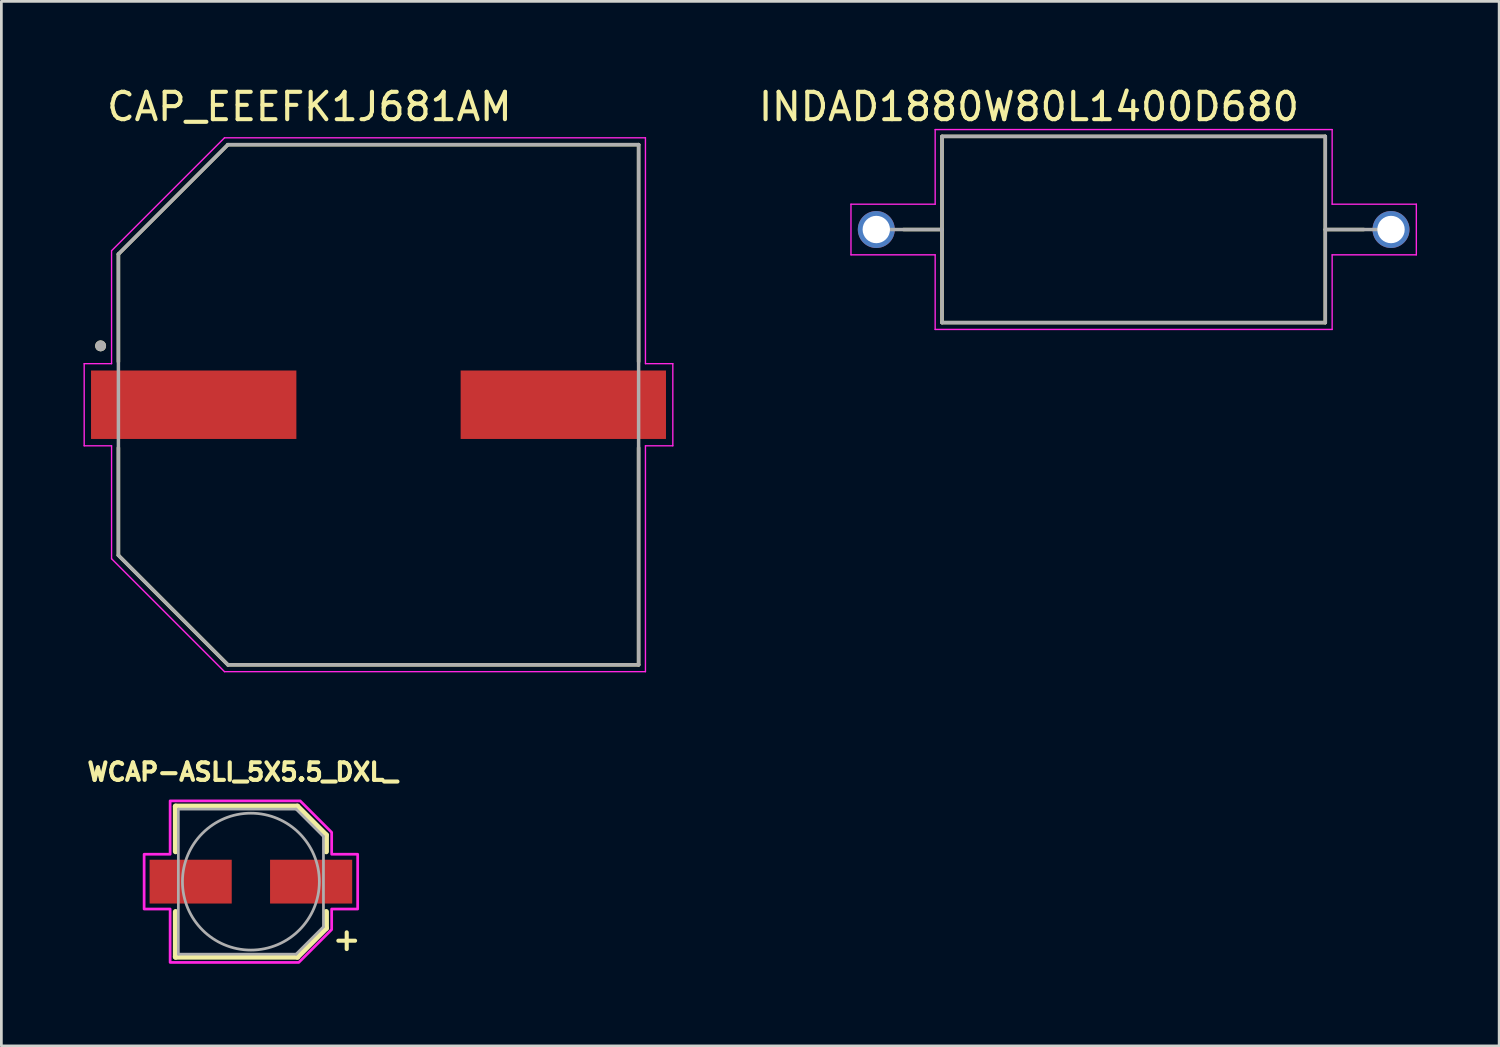
<source format=kicad_pcb>
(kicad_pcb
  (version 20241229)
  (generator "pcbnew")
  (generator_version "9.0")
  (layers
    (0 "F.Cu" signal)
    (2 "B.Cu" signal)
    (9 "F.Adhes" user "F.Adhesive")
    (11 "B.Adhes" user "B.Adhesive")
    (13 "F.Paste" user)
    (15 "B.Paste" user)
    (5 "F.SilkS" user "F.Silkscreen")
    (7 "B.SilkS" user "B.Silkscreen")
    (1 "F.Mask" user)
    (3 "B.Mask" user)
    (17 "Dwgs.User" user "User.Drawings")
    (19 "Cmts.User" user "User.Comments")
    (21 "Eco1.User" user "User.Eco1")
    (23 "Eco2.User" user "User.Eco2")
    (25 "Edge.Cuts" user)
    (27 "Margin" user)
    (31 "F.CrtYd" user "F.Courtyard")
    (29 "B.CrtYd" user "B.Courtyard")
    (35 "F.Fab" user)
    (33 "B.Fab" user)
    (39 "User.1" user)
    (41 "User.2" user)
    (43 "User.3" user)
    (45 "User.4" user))
  (footprint "INDAD1880W80L1400D680"
    (layer "F.Cu")
    (at 38.357 5.333)
    (property "Reference" "INDAD1880W80L1400D680" (at -3.825 -4.485 0) (layer "F.SilkS") (effects (font (size 1 1) (thickness 0.15))))
    (attr through_hole)
    (fp_line (start -7 -3.4) (end -7 3.4) (stroke (width 0.127) (type solid)) (layer "F.SilkS"))
    (fp_line (start -7 -3.4) (end 7 -3.4) (stroke (width 0.127) (type solid)) (layer "F.SilkS"))
    (fp_line (start -7 0) (end -8.405 0) (stroke (width 0.127) (type solid)) (layer "F.SilkS"))
    (fp_line (start -7 3.4) (end 7 3.4) (stroke (width 0.127) (type solid)) (layer "F.SilkS"))
    (fp_line (start 7 -3.4) (end 7 3.4) (stroke (width 0.127) (type solid)) (layer "F.SilkS"))
    (fp_line (start 7 0) (end 8.405 0) (stroke (width 0.127) (type solid)) (layer "F.SilkS"))
    (fp_line (start -10.325 -0.925) (end -10.325 0.925) (stroke (width 0.05) (type solid)) (layer "F.CrtYd"))
    (fp_line (start -7.25 -3.65) (end 7.25 -3.65) (stroke (width 0.05) (type solid)) (layer "F.CrtYd"))
    (fp_line (start -7.25 -0.925) (end -10.325 -0.925) (stroke (width 0.05) (type solid)) (layer "F.CrtYd"))
    (fp_line (start -7.25 -0.925) (end -7.25 -3.65) (stroke (width 0.05) (type solid)) (layer "F.CrtYd"))
    (fp_line (start -7.25 0.925) (end -10.325 0.925) (stroke (width 0.05) (type solid)) (layer "F.CrtYd"))
    (fp_line (start -7.25 0.925) (end -7.25 3.65) (stroke (width 0.05) (type solid)) (layer "F.CrtYd"))
    (fp_line (start -7.25 3.65) (end 7.25 3.65) (stroke (width 0.05) (type solid)) (layer "F.CrtYd"))
    (fp_line (start 7.25 -0.925) (end 7.25 -3.65) (stroke (width 0.05) (type solid)) (layer "F.CrtYd"))
    (fp_line (start 7.25 -0.925) (end 10.325 -0.925) (stroke (width 0.05) (type solid)) (layer "F.CrtYd"))
    (fp_line (start 7.25 0.925) (end 7.25 3.65) (stroke (width 0.05) (type solid)) (layer "F.CrtYd"))
    (fp_line (start 7.25 0.925) (end 10.325 0.925) (stroke (width 0.05) (type solid)) (layer "F.CrtYd"))
    (fp_line (start 10.325 -0.925) (end 10.325 0.925) (stroke (width 0.05) (type solid)) (layer "F.CrtYd"))
    (fp_line (start -7 -3.4) (end -7 3.4) (stroke (width 0.127) (type solid)) (layer "F.Fab"))
    (fp_line (start -7 -3.4) (end 7 -3.4) (stroke (width 0.127) (type solid)) (layer "F.Fab"))
    (fp_line (start -7 0) (end -9.4 0) (stroke (width 0.127) (type solid)) (layer "F.Fab"))
    (fp_line (start 7 -3.4) (end 7 3.4) (stroke (width 0.127) (type solid)) (layer "F.Fab"))
    (fp_line (start 7 0) (end 9.4 0) (stroke (width 0.127) (type solid)) (layer "F.Fab"))
    (fp_line (start 7 3.4) (end -7 3.4) (stroke (width 0.127) (type solid)) (layer "F.Fab"))
    (pad "1" thru_hole circle (at -9.4 0) (size 1.35 1.35) (drill 1) (layers "*.Cu" "*.Mask"))
    (pad "2" thru_hole circle (at 9.4 0) (size 1.35 1.35) (drill 1) (layers "*.Cu" "*.Mask")))
  (footprint "WCAP-ASLI_5X5.5_DXL_"
    (layer "F.Cu")
    (at 6.114 29.152)
    (property "Reference" "WCAP-ASLI_5X5.5_DXL_" (at -0.3 -4.006 0) (layer "F.SilkS") (effects (font (size 0.64 0.64) (thickness 0.15))))
    (attr smd)
    (fp_line (start -2.75 -2.75) (end -2.75 -1.1) (stroke (width 0.2) (type solid)) (layer "F.SilkS"))
    (fp_line (start -2.75 -2.75) (end 1.7 -2.75) (stroke (width 0.2) (type solid)) (layer "F.SilkS"))
    (fp_line (start -2.75 2.75) (end -2.75 1.1) (stroke (width 0.2) (type solid)) (layer "F.SilkS"))
    (fp_line (start -2.75 2.75) (end 1.7 2.75) (stroke (width 0.2) (type solid)) (layer "F.SilkS"))
    (fp_line (start 1.7 -2.75) (end 2.75 -1.7) (stroke (width 0.2) (type solid)) (layer "F.SilkS"))
    (fp_line (start 1.7 2.75) (end 2.75 1.7) (stroke (width 0.2) (type solid)) (layer "F.SilkS"))
    (fp_line (start 2.75 -1.7) (end 2.75 -1.1) (stroke (width 0.2) (type solid)) (layer "F.SilkS"))
    (fp_line (start 2.75 1.7) (end 2.75 1.1) (stroke (width 0.2) (type solid)) (layer "F.SilkS"))
    (fp_poly (pts (xy -2.95 -2.95) (xy -2.95 -1) (xy -3.9 -1) (xy -3.9 1) (xy -2.95 1) (xy -2.95 2.95) (xy 1.75 2.95) (xy 2.95 1.75) (xy 2.95 1) (xy 3.9 1) (xy 3.9 -1) (xy 2.95 -1) (xy 2.95 -1.8) (xy 1.8 -2.95)) (stroke (width 0.1) (type solid)) (fill no) (layer "F.CrtYd"))
    (fp_line (start -2.65 -2.65) (end -2.65 2.65) (stroke (width 0.1) (type solid)) (layer "F.Fab"))
    (fp_line (start -2.65 2.65) (end 1.65 2.65) (stroke (width 0.1) (type solid)) (layer "F.Fab"))
    (fp_line (start 1.65 -2.65) (end -2.65 -2.65) (stroke (width 0.1) (type solid)) (layer "F.Fab"))
    (fp_line (start 1.65 2.65) (end 2.65 1.65) (stroke (width 0.1) (type solid)) (layer "F.Fab"))
    (fp_line (start 2.65 -1.65) (end 1.65 -2.65) (stroke (width 0.1) (type solid)) (layer "F.Fab"))
    (fp_line (start 2.65 1.65) (end 2.65 -1.65) (stroke (width 0.1) (type solid)) (layer "F.Fab"))
    (fp_circle (center 0 0) (end 2.5 0) (stroke (width 0.1) (type solid)) (fill no) (layer "F.Fab"))
    (fp_text user "+" (at 3.5 2.1 0) (layer "F.SilkS") (effects (font (size 0.8 0.8) (thickness 0.15))))
    (pad "1" smd rect (at 2.2 0) (size 3 1.6) (layers "F.Cu" "F.Mask" "F.Paste"))
    (pad "2" smd rect (at -2.2 0) (size 3 1.6) (layers "F.Cu" "F.Mask" "F.Paste")))
  (footprint "CAP_EEEFK1J681AM"
    (layer "F.Cu")
    (at 10.775 11.733)
    (property "Reference" "CAP_EEEFK1J681AM" (at -2.525 -10.885 0) (layer "F.SilkS") (effects (font (size 1 1) (thickness 0.15))))
    (attr smd)
    (fp_line (start -9.5 -5.5) (end -9.5 -1.57) (stroke (width 0.127) (type solid)) (layer "F.SilkS"))
    (fp_line (start -9.5 1.57) (end -9.5 5.5) (stroke (width 0.127) (type solid)) (layer "F.SilkS"))
    (fp_line (start -9.5 5.5) (end -5.5 9.5) (stroke (width 0.127) (type solid)) (layer "F.SilkS"))
    (fp_line (start -5.5 -9.5) (end -9.5 -5.5) (stroke (width 0.127) (type solid)) (layer "F.SilkS"))
    (fp_line (start -5.5 9.5) (end 9.5 9.5) (stroke (width 0.127) (type solid)) (layer "F.SilkS"))
    (fp_line (start 9.5 -9.5) (end -5.5 -9.5) (stroke (width 0.127) (type solid)) (layer "F.SilkS"))
    (fp_line (start 9.5 -1.57) (end 9.5 -9.5) (stroke (width 0.127) (type solid)) (layer "F.SilkS"))
    (fp_line (start 9.5 9.5) (end 9.5 1.57) (stroke (width 0.127) (type solid)) (layer "F.SilkS"))
    (fp_circle (center -10.15 -2.15) (end -10.05 -2.15) (stroke (width 0.2) (type solid)) (fill no) (layer "F.SilkS"))
    (fp_line (start -10.75 -1.5) (end -9.75 -1.5) (stroke (width 0.05) (type solid)) (layer "F.CrtYd"))
    (fp_line (start -10.75 1.5) (end -10.75 -1.5) (stroke (width 0.05) (type solid)) (layer "F.CrtYd"))
    (fp_line (start -9.75 -5.625) (end -5.625 -9.75) (stroke (width 0.05) (type solid)) (layer "F.CrtYd"))
    (fp_line (start -9.75 -1.5) (end -9.75 -5.625) (stroke (width 0.05) (type solid)) (layer "F.CrtYd"))
    (fp_line (start -9.75 1.5) (end -10.75 1.5) (stroke (width 0.05) (type solid)) (layer "F.CrtYd"))
    (fp_line (start -9.75 5.625) (end -9.75 1.5) (stroke (width 0.05) (type solid)) (layer "F.CrtYd"))
    (fp_line (start -5.625 -9.75) (end 9.75 -9.75) (stroke (width 0.05) (type solid)) (layer "F.CrtYd"))
    (fp_line (start -5.625 9.75) (end -9.75 5.625) (stroke (width 0.05) (type solid)) (layer "F.CrtYd"))
    (fp_line (start 9.75 -9.75) (end 9.75 -1.5) (stroke (width 0.05) (type solid)) (layer "F.CrtYd"))
    (fp_line (start 9.75 -1.5) (end 10.75 -1.5) (stroke (width 0.05) (type solid)) (layer "F.CrtYd"))
    (fp_line (start 9.75 1.5) (end 9.75 9.75) (stroke (width 0.05) (type solid)) (layer "F.CrtYd"))
    (fp_line (start 9.75 9.75) (end -5.625 9.75) (stroke (width 0.05) (type solid)) (layer "F.CrtYd"))
    (fp_line (start 10.75 -1.5) (end 10.75 1.5) (stroke (width 0.05) (type solid)) (layer "F.CrtYd"))
    (fp_line (start 10.75 1.5) (end 9.75 1.5) (stroke (width 0.05) (type solid)) (layer "F.CrtYd"))
    (fp_line (start -9.5 -5.5) (end -9.5 5.5) (stroke (width 0.127) (type solid)) (layer "F.Fab"))
    (fp_line (start -9.5 5.5) (end -5.5 9.5) (stroke (width 0.127) (type solid)) (layer "F.Fab"))
    (fp_line (start -5.5 -9.5) (end -9.5 -5.5) (stroke (width 0.127) (type solid)) (layer "F.Fab"))
    (fp_line (start -5.5 9.5) (end 9.5 9.5) (stroke (width 0.127) (type solid)) (layer "F.Fab"))
    (fp_line (start 9.5 -9.5) (end -5.5 -9.5) (stroke (width 0.127) (type solid)) (layer "F.Fab"))
    (fp_line (start 9.5 9.5) (end 9.5 -9.5) (stroke (width 0.127) (type solid)) (layer "F.Fab"))
    (fp_circle (center -10.15 -2.15) (end -10.05 -2.15) (stroke (width 0.2) (type solid)) (fill no) (layer "F.Fab"))
    (pad "1" smd rect (at -6.75 0) (size 7.5 2.5) (layers "F.Cu" "F.Mask" "F.Paste"))
    (pad "2" smd rect (at 6.75 0) (size 7.5 2.5) (layers "F.Cu" "F.Mask" "F.Paste")))
  (gr_rect
    (start -3 -3)
    (end 51.707 35.152)
    (stroke (width 0.1) (type default))
    (fill no)
    (layer "Edge.Cuts")))
</source>
